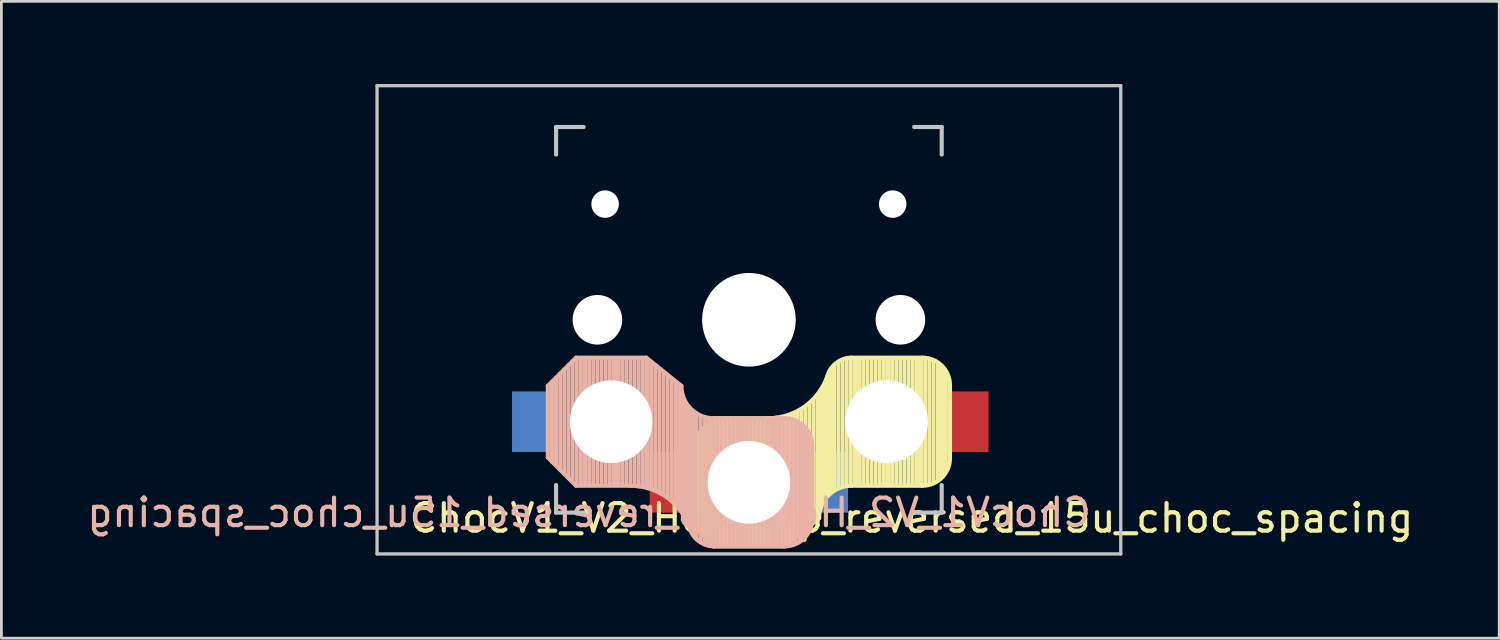
<source format=kicad_pcb>
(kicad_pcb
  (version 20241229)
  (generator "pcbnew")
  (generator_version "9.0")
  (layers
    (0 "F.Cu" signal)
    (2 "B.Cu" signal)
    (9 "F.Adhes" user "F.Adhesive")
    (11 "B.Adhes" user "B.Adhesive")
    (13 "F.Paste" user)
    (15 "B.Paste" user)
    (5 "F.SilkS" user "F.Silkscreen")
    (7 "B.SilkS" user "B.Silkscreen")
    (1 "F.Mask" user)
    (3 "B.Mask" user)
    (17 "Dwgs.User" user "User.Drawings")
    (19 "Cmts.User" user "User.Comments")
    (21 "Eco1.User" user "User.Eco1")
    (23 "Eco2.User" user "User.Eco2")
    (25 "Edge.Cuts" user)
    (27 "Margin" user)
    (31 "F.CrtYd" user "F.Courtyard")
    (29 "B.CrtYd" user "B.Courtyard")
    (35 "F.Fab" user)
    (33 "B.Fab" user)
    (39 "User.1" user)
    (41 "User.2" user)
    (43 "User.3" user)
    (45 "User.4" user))
  (footprint "ChocV1_V2_Hotswap_reversed_15u_choc_spacing"
    (layer "F.Cu")
    (at 24.139 8.56)
    (property "Reference" "ChocV1_V2_Hotswap_reversed_15u_choc_spacing" (at -5.8 7 0) (unlocked yes) (layer "B.SilkS") (effects (font (size 1 1) (thickness 0.15)) (justify mirror)))
    (attr through_hole)
    (fp_line (start -2.3 4.6) (end -1.275 3.575) (stroke (width 0.15) (type solid)) (layer "F.SilkS"))
    (fp_line (start -2.3 7.2) (end -2.3 4.6) (stroke (width 0.15) (type solid)) (layer "F.SilkS"))
    (fp_line (start -2.3 7.2) (end -1.275 8.225) (stroke (width 0.15) (type solid)) (layer "F.SilkS"))
    (fp_line (start -2.15 4.45) (end -2.15 7.35) (stroke (width 0.15) (type solid)) (layer "F.SilkS"))
    (fp_line (start -2 4.35) (end -2 7.5) (stroke (width 0.15) (type solid)) (layer "F.SilkS"))
    (fp_line (start -1.85 4.15) (end -1.85 7.65) (stroke (width 0.15) (type solid)) (layer "F.SilkS"))
    (fp_line (start -1.7 4) (end -1.7 7.8) (stroke (width 0.15) (type solid)) (layer "F.SilkS"))
    (fp_line (start -1.55 3.85) (end -1.55 7.95) (stroke (width 0.15) (type solid)) (layer "F.SilkS"))
    (fp_line (start -1.4 3.75) (end -1.4 8.1) (stroke (width 0.15) (type solid)) (layer "F.SilkS"))
    (fp_line (start -1.25 3.6) (end -1.25 8.2) (stroke (width 0.15) (type solid)) (layer "F.SilkS"))
    (fp_line (start -1.1 3.6) (end -1.1 8.2) (stroke (width 0.15) (type solid)) (layer "F.SilkS"))
    (fp_line (start -0.95 3.6) (end -0.95 8.2) (stroke (width 0.15) (type solid)) (layer "F.SilkS"))
    (fp_line (start -0.8 3.6) (end -0.8 8.2) (stroke (width 0.15) (type solid)) (layer "F.SilkS"))
    (fp_line (start -0.65 3.6) (end -0.65 8.2) (stroke (width 0.15) (type solid)) (layer "F.SilkS"))
    (fp_line (start -0.5 3.6) (end -0.5 8.2) (stroke (width 0.15) (type solid)) (layer "F.SilkS"))
    (fp_line (start -0.35 3.6) (end -0.35 8.2) (stroke (width 0.15) (type solid)) (layer "F.SilkS"))
    (fp_line (start -0.2 3.6) (end -0.2 8.2) (stroke (width 0.15) (type solid)) (layer "F.SilkS"))
    (fp_line (start -0.05 3.6) (end -0.05 8.2) (stroke (width 0.15) (type solid)) (layer "F.SilkS"))
    (fp_line (start 0.1 3.6) (end 0.1 8.2) (stroke (width 0.15) (type solid)) (layer "F.SilkS"))
    (fp_line (start 0.25 3.6) (end 0.25 8.2) (stroke (width 0.15) (type solid)) (layer "F.SilkS"))
    (fp_line (start 0.4 3.6) (end 0.4 8.2) (stroke (width 0.15) (type solid)) (layer "F.SilkS"))
    (fp_line (start 0.55 3.6) (end 0.55 8.2) (stroke (width 0.15) (type solid)) (layer "F.SilkS"))
    (fp_line (start 0.7 3.575) (end -1.275 3.575) (stroke (width 0.15) (type solid)) (layer "F.SilkS"))
    (fp_line (start 0.7 3.6) (end 0.7 8.2) (stroke (width 0.15) (type solid)) (layer "F.SilkS"))
    (fp_line (start 0.85 3.6) (end 0.85 8.15) (stroke (width 0.15) (type solid)) (layer "F.SilkS"))
    (fp_line (start 1 3.55) (end 1 8.2) (stroke (width 0.15) (type solid)) (layer "F.SilkS"))
    (fp_line (start 1.15 3.55) (end 1.15 8.2) (stroke (width 0.15) (type solid)) (layer "F.SilkS"))
    (fp_line (start 1.275 8.225) (end -1.275 8.225) (stroke (width 0.15) (type solid)) (layer "F.SilkS"))
    (fp_line (start 1.275 8.225) (end 2.55 7.2) (stroke (width 0.15) (type solid)) (layer "F.SilkS"))
    (fp_line (start 1.3 3.55) (end 1.3 8.15) (stroke (width 0.15) (type solid)) (layer "F.SilkS"))
    (fp_line (start 1.45 3.5) (end 1.45 8.05) (stroke (width 0.15) (type solid)) (layer "F.SilkS"))
    (fp_line (start 1.6 3.4) (end 1.6 7.95) (stroke (width 0.15) (type solid)) (layer "F.SilkS"))
    (fp_line (start 1.75 3.35) (end 1.75 7.8) (stroke (width 0.15) (type solid)) (layer "F.SilkS"))
    (fp_line (start 1.9 3.25) (end 1.9 7.7) (stroke (width 0.15) (type solid)) (layer "F.SilkS"))
    (fp_line (start 2.05 3.15) (end 2.05 7.55) (stroke (width 0.15) (type solid)) (layer "F.SilkS"))
    (fp_line (start 2.2 3.05) (end 2.2 7.45) (stroke (width 0.15) (type solid)) (layer "F.SilkS"))
    (fp_line (start 2.35 2.9) (end 2.35 7.35) (stroke (width 0.15) (type solid)) (layer "F.SilkS"))
    (fp_line (start 2.5 2.75) (end 2.5 7.2) (stroke (width 0.15) (type solid)) (layer "F.SilkS"))
    (fp_line (start 2.6 2.55) (end 2.6 6.7) (stroke (width 0.15) (type solid)) (layer "F.SilkS"))
    (fp_line (start 2.7 2.4) (end 2.7 6.55) (stroke (width 0.15) (type solid)) (layer "F.SilkS"))
    (fp_line (start 2.8 2.2) (end 2.8 6.35) (stroke (width 0.15) (type solid)) (layer "F.SilkS"))
    (fp_line (start 2.9 2.05) (end 2.9 6.25) (stroke (width 0.15) (type solid)) (layer "F.SilkS"))
    (fp_line (start 3 1.8) (end 3 6.2) (stroke (width 0.15) (type solid)) (layer "F.SilkS"))
    (fp_line (start 3.1 1.65) (end 3.1 6.15) (stroke (width 0.15) (type solid)) (layer "F.SilkS"))
    (fp_line (start 3.25 1.55) (end 3.25 6.1) (stroke (width 0.15) (type solid)) (layer "F.SilkS"))
    (fp_line (start 3.4 1.45) (end 3.4 6) (stroke (width 0.15) (type solid)) (layer "F.SilkS"))
    (fp_line (start 3.55 1.4) (end 3.55 6) (stroke (width 0.15) (type solid)) (layer "F.SilkS"))
    (fp_line (start 3.7 1.4) (end 3.7 6) (stroke (width 0.15) (type solid)) (layer "F.SilkS"))
    (fp_line (start 3.85 1.4) (end 3.85 5.95) (stroke (width 0.15) (type solid)) (layer "F.SilkS"))
    (fp_line (start 4 1.4) (end 4 6) (stroke (width 0.15) (type solid)) (layer "F.SilkS"))
    (fp_line (start 4.15 1.4) (end 4.15 6) (stroke (width 0.15) (type solid)) (layer "F.SilkS"))
    (fp_line (start 4.3 1.4) (end 4.3 6) (stroke (width 0.15) (type solid)) (layer "F.SilkS"))
    (fp_line (start 4.45 1.4) (end 4.45 6) (stroke (width 0.15) (type solid)) (layer "F.SilkS"))
    (fp_line (start 4.6 1.4) (end 4.6 6) (stroke (width 0.15) (type solid)) (layer "F.SilkS"))
    (fp_line (start 4.75 1.4) (end 4.75 6) (stroke (width 0.15) (type solid)) (layer "F.SilkS"))
    (fp_line (start 4.9 1.4) (end 4.9 6) (stroke (width 0.15) (type solid)) (layer "F.SilkS"))
    (fp_line (start 5.05 1.4) (end 5.05 6) (stroke (width 0.15) (type solid)) (layer "F.SilkS"))
    (fp_line (start 5.2 1.4) (end 5.2 6) (stroke (width 0.15) (type solid)) (layer "F.SilkS"))
    (fp_line (start 5.35 1.4) (end 5.35 6) (stroke (width 0.15) (type solid)) (layer "F.SilkS"))
    (fp_line (start 5.5 1.4) (end 5.5 6) (stroke (width 0.15) (type solid)) (layer "F.SilkS"))
    (fp_line (start 5.65 1.4) (end 5.65 6) (stroke (width 0.15) (type solid)) (layer "F.SilkS"))
    (fp_line (start 5.8 1.4) (end 5.8 6) (stroke (width 0.15) (type solid)) (layer "F.SilkS"))
    (fp_line (start 5.95 1.4) (end 5.95 6) (stroke (width 0.15) (type solid)) (layer "F.SilkS"))
    (fp_line (start 6.1 1.4) (end 6.1 6) (stroke (width 0.15) (type solid)) (layer "F.SilkS"))
    (fp_line (start 6.25 1.4) (end 6.25 6) (stroke (width 0.15) (type solid)) (layer "F.SilkS"))
    (fp_line (start 6.3 1.375) (end 3.7 1.375) (stroke (width 0.15) (type solid)) (layer "F.SilkS"))
    (fp_line (start 6.3 6.025) (end 3.725 6.025) (stroke (width 0.15) (type solid)) (layer "F.SilkS"))
    (fp_line (start 6.4 1.4) (end 6.4 5.95) (stroke (width 0.15) (type solid)) (layer "F.SilkS"))
    (fp_line (start 6.55 1.45) (end 6.55 5.95) (stroke (width 0.15) (type solid)) (layer "F.SilkS"))
    (fp_line (start 6.7 1.5) (end 6.7 5.9) (stroke (width 0.15) (type solid)) (layer "F.SilkS"))
    (fp_line (start 6.85 1.6) (end 6.85 5.8) (stroke (width 0.15) (type solid)) (layer "F.SilkS"))
    (fp_line (start 6.95 1.7) (end 6.95 5.65) (stroke (width 0.15) (type solid)) (layer "F.SilkS"))
    (fp_line (start 7.05 1.8) (end 7.05 5.55) (stroke (width 0.15) (type solid)) (layer "F.SilkS"))
    (fp_line (start 7.15 1.95) (end 7.15 5.5) (stroke (width 0.15) (type solid)) (layer "F.SilkS"))
    (fp_line (start 7.3 5.025) (end 7.3 2.375) (stroke (width 0.15) (type solid)) (layer "F.SilkS"))
    (fp_arc (start 2.55 7.2) (mid 2.89415 6.36915) (end 3.725 6.025) (stroke (width 0.15) (type solid)) (layer "F.SilkS"))
    (fp_arc (start 2.837801 2.078096) (mid 2.004887 3.163571) (end 0.7 3.575) (stroke (width 0.15) (type solid)) (layer "F.SilkS"))
    (fp_arc (start 2.837801 2.078096) (mid 3.151716 1.583979) (end 3.699005 1.376209) (stroke (width 0.15) (type solid)) (layer "F.SilkS"))
    (fp_arc (start 6.3 1.375) (mid 7.007107 1.667893) (end 7.3 2.375) (stroke (width 0.15) (type solid)) (layer "F.SilkS"))
    (fp_arc (start 7.3 5.025) (mid 7.007107 5.732107) (end 6.3 6.025) (stroke (width 0.15) (type solid)) (layer "F.SilkS"))
    (fp_line (start -7.3 2.4) (end -7.3 5) (stroke (width 0.15) (type solid)) (layer "B.SilkS"))
    (fp_line (start -7.3 2.4) (end -6.275 1.375) (stroke (width 0.15) (type solid)) (layer "B.SilkS"))
    (fp_line (start -7.3 5) (end -6.275 6.025) (stroke (width 0.15) (type solid)) (layer "B.SilkS"))
    (fp_line (start -7.15 5.15) (end -7.15 2.25) (stroke (width 0.15) (type solid)) (layer "B.SilkS"))
    (fp_line (start -7 5.25) (end -7 2.1) (stroke (width 0.15) (type solid)) (layer "B.SilkS"))
    (fp_line (start -6.85 5.45) (end -6.85 1.95) (stroke (width 0.15) (type solid)) (layer "B.SilkS"))
    (fp_line (start -6.7 5.6) (end -6.7 1.8) (stroke (width 0.15) (type solid)) (layer "B.SilkS"))
    (fp_line (start -6.55 5.75) (end -6.55 1.65) (stroke (width 0.15) (type solid)) (layer "B.SilkS"))
    (fp_line (start -6.4 5.85) (end -6.4 1.5) (stroke (width 0.15) (type solid)) (layer "B.SilkS"))
    (fp_line (start -6.25 6) (end -6.25 1.4) (stroke (width 0.15) (type solid)) (layer "B.SilkS"))
    (fp_line (start -6.1 6) (end -6.1 1.4) (stroke (width 0.15) (type solid)) (layer "B.SilkS"))
    (fp_line (start -5.95 6) (end -5.95 1.4) (stroke (width 0.15) (type solid)) (layer "B.SilkS"))
    (fp_line (start -5.8 6) (end -5.8 1.4) (stroke (width 0.15) (type solid)) (layer "B.SilkS"))
    (fp_line (start -5.65 6) (end -5.65 1.4) (stroke (width 0.15) (type solid)) (layer "B.SilkS"))
    (fp_line (start -5.5 6) (end -5.5 1.4) (stroke (width 0.15) (type solid)) (layer "B.SilkS"))
    (fp_line (start -5.35 6) (end -5.35 1.4) (stroke (width 0.15) (type solid)) (layer "B.SilkS"))
    (fp_line (start -5.2 6) (end -5.2 1.4) (stroke (width 0.15) (type solid)) (layer "B.SilkS"))
    (fp_line (start -5.05 6) (end -5.05 1.4) (stroke (width 0.15) (type solid)) (layer "B.SilkS"))
    (fp_line (start -4.9 6) (end -4.9 1.4) (stroke (width 0.15) (type solid)) (layer "B.SilkS"))
    (fp_line (start -4.75 6) (end -4.75 1.4) (stroke (width 0.15) (type solid)) (layer "B.SilkS"))
    (fp_line (start -4.6 6) (end -4.6 1.4) (stroke (width 0.15) (type solid)) (layer "B.SilkS"))
    (fp_line (start -4.45 6) (end -4.45 1.4) (stroke (width 0.15) (type solid)) (layer "B.SilkS"))
    (fp_line (start -4.3 6) (end -4.3 1.4) (stroke (width 0.15) (type solid)) (layer "B.SilkS"))
    (fp_line (start -4.3 6.025) (end -6.275 6.025) (stroke (width 0.15) (type solid)) (layer "B.SilkS"))
    (fp_line (start -4.15 6) (end -4.15 1.45) (stroke (width 0.15) (type solid)) (layer "B.SilkS"))
    (fp_line (start -4 6.05) (end -4 1.4) (stroke (width 0.15) (type solid)) (layer "B.SilkS"))
    (fp_line (start -3.85 6.05) (end -3.85 1.4) (stroke (width 0.15) (type solid)) (layer "B.SilkS"))
    (fp_line (start -3.725 1.375) (end -6.275 1.375) (stroke (width 0.15) (type solid)) (layer "B.SilkS"))
    (fp_line (start -3.725 1.375) (end -2.45 2.4) (stroke (width 0.15) (type solid)) (layer "B.SilkS"))
    (fp_line (start -3.7 6.05) (end -3.7 1.45) (stroke (width 0.15) (type solid)) (layer "B.SilkS"))
    (fp_line (start -3.55 6.1) (end -3.55 1.55) (stroke (width 0.15) (type solid)) (layer "B.SilkS"))
    (fp_line (start -3.4 6.2) (end -3.4 1.65) (stroke (width 0.15) (type solid)) (layer "B.SilkS"))
    (fp_line (start -3.25 6.25) (end -3.25 1.8) (stroke (width 0.15) (type solid)) (layer "B.SilkS"))
    (fp_line (start -3.1 6.35) (end -3.1 1.9) (stroke (width 0.15) (type solid)) (layer "B.SilkS"))
    (fp_line (start -2.95 6.45) (end -2.95 2.05) (stroke (width 0.15) (type solid)) (layer "B.SilkS"))
    (fp_line (start -2.8 6.55) (end -2.8 2.15) (stroke (width 0.15) (type solid)) (layer "B.SilkS"))
    (fp_line (start -2.65 6.7) (end -2.65 2.25) (stroke (width 0.15) (type solid)) (layer "B.SilkS"))
    (fp_line (start -2.5 6.85) (end -2.5 2.4) (stroke (width 0.15) (type solid)) (layer "B.SilkS"))
    (fp_line (start -2.4 7.05) (end -2.4 2.9) (stroke (width 0.15) (type solid)) (layer "B.SilkS"))
    (fp_line (start -2.3 7.2) (end -2.3 3.05) (stroke (width 0.15) (type solid)) (layer "B.SilkS"))
    (fp_line (start -2.2 7.4) (end -2.2 3.25) (stroke (width 0.15) (type solid)) (layer "B.SilkS"))
    (fp_line (start -2.1 7.55) (end -2.1 3.35) (stroke (width 0.15) (type solid)) (layer "B.SilkS"))
    (fp_line (start -2 7.8) (end -2 3.4) (stroke (width 0.15) (type solid)) (layer "B.SilkS"))
    (fp_line (start -1.9 7.95) (end -1.9 3.45) (stroke (width 0.15) (type solid)) (layer "B.SilkS"))
    (fp_line (start -1.75 8.05) (end -1.75 3.5) (stroke (width 0.15) (type solid)) (layer "B.SilkS"))
    (fp_line (start -1.6 8.15) (end -1.6 3.6) (stroke (width 0.15) (type solid)) (layer "B.SilkS"))
    (fp_line (start -1.45 8.2) (end -1.45 3.6) (stroke (width 0.15) (type solid)) (layer "B.SilkS"))
    (fp_line (start -1.3 8.2) (end -1.3 3.6) (stroke (width 0.15) (type solid)) (layer "B.SilkS"))
    (fp_line (start -1.15 8.2) (end -1.15 3.65) (stroke (width 0.15) (type solid)) (layer "B.SilkS"))
    (fp_line (start -1 8.2) (end -1 3.6) (stroke (width 0.15) (type solid)) (layer "B.SilkS"))
    (fp_line (start -0.85 8.2) (end -0.85 3.6) (stroke (width 0.15) (type solid)) (layer "B.SilkS"))
    (fp_line (start -0.7 8.2) (end -0.7 3.6) (stroke (width 0.15) (type solid)) (layer "B.SilkS"))
    (fp_line (start -0.55 8.2) (end -0.55 3.6) (stroke (width 0.15) (type solid)) (layer "B.SilkS"))
    (fp_line (start -0.4 8.2) (end -0.4 3.6) (stroke (width 0.15) (type solid)) (layer "B.SilkS"))
    (fp_line (start -0.25 8.2) (end -0.25 3.6) (stroke (width 0.15) (type solid)) (layer "B.SilkS"))
    (fp_line (start -0.1 8.2) (end -0.1 3.6) (stroke (width 0.15) (type solid)) (layer "B.SilkS"))
    (fp_line (start 0.05 8.2) (end 0.05 3.6) (stroke (width 0.15) (type solid)) (layer "B.SilkS"))
    (fp_line (start 0.2 8.2) (end 0.2 3.6) (stroke (width 0.15) (type solid)) (layer "B.SilkS"))
    (fp_line (start 0.35 8.2) (end 0.35 3.6) (stroke (width 0.15) (type solid)) (layer "B.SilkS"))
    (fp_line (start 0.5 8.2) (end 0.5 3.6) (stroke (width 0.15) (type solid)) (layer "B.SilkS"))
    (fp_line (start 0.65 8.2) (end 0.65 3.6) (stroke (width 0.15) (type solid)) (layer "B.SilkS"))
    (fp_line (start 0.8 8.2) (end 0.8 3.6) (stroke (width 0.15) (type solid)) (layer "B.SilkS"))
    (fp_line (start 0.95 8.2) (end 0.95 3.6) (stroke (width 0.15) (type solid)) (layer "B.SilkS"))
    (fp_line (start 1.1 8.2) (end 1.1 3.6) (stroke (width 0.15) (type solid)) (layer "B.SilkS"))
    (fp_line (start 1.25 8.2) (end 1.25 3.6) (stroke (width 0.15) (type solid)) (layer "B.SilkS"))
    (fp_line (start 1.3 3.575) (end -1.275 3.575) (stroke (width 0.15) (type solid)) (layer "B.SilkS"))
    (fp_line (start 1.3 8.225) (end -1.3 8.225) (stroke (width 0.15) (type solid)) (layer "B.SilkS"))
    (fp_line (start 1.4 8.2) (end 1.4 3.65) (stroke (width 0.15) (type solid)) (layer "B.SilkS"))
    (fp_line (start 1.55 8.15) (end 1.55 3.65) (stroke (width 0.15) (type solid)) (layer "B.SilkS"))
    (fp_line (start 1.7 8.1) (end 1.7 3.7) (stroke (width 0.15) (type solid)) (layer "B.SilkS"))
    (fp_line (start 1.85 8) (end 1.85 3.8) (stroke (width 0.15) (type solid)) (layer "B.SilkS"))
    (fp_line (start 1.95 7.9) (end 1.95 3.95) (stroke (width 0.15) (type solid)) (layer "B.SilkS"))
    (fp_line (start 2.05 7.8) (end 2.05 4.05) (stroke (width 0.15) (type solid)) (layer "B.SilkS"))
    (fp_line (start 2.15 7.65) (end 2.15 4.1) (stroke (width 0.15) (type solid)) (layer "B.SilkS"))
    (fp_line (start 2.3 4.575) (end 2.3 7.225) (stroke (width 0.15) (type solid)) (layer "B.SilkS"))
    (fp_arc (start -4.3 6.025) (mid -2.995114 6.436429) (end -2.162199 7.521904) (stroke (width 0.15) (type solid)) (layer "B.SilkS"))
    (fp_arc (start -1.300995 8.223791) (mid -1.848286 8.016021) (end -2.162199 7.521904) (stroke (width 0.15) (type solid)) (layer "B.SilkS"))
    (fp_arc (start -1.275 3.575) (mid -2.10585 3.23085) (end -2.45 2.4) (stroke (width 0.15) (type solid)) (layer "B.SilkS"))
    (fp_arc (start 1.3 3.575) (mid 2.007107 3.867893) (end 2.3 4.575) (stroke (width 0.15) (type solid)) (layer "B.SilkS"))
    (fp_arc (start 2.3 7.225) (mid 2.007107 7.932107) (end 1.3 8.225) (stroke (width 0.15) (type solid)) (layer "B.SilkS"))
    (fp_line (start -13.5 -8.5) (end -13.5 8.5) (stroke (width 0.12) (type solid)) (layer "Dwgs.User"))
    (fp_line (start -13.5 -8.5) (end 13.5 -8.5) (stroke (width 0.12) (type solid)) (layer "Dwgs.User"))
    (fp_line (start -7 -7) (end -6 -7) (stroke (width 0.15) (type solid)) (layer "Dwgs.User"))
    (fp_line (start -7 -6) (end -7 -7) (stroke (width 0.15) (type solid)) (layer "Dwgs.User"))
    (fp_line (start -7 7) (end -7 6) (stroke (width 0.15) (type solid)) (layer "Dwgs.User"))
    (fp_line (start -6 7) (end -7 7) (stroke (width 0.15) (type solid)) (layer "Dwgs.User"))
    (fp_line (start 6 7) (end 7 7) (stroke (width 0.15) (type solid)) (layer "Dwgs.User"))
    (fp_line (start 7 -7) (end 6 -7) (stroke (width 0.15) (type solid)) (layer "Dwgs.User"))
    (fp_line (start 7 -6) (end 7 -7) (stroke (width 0.15) (type solid)) (layer "Dwgs.User"))
    (fp_line (start 7 7) (end 7 6) (stroke (width 0.15) (type solid)) (layer "Dwgs.User"))
    (fp_line (start 13.5 -8.5) (end 13.5 8.5) (stroke (width 0.12) (type solid)) (layer "Dwgs.User"))
    (fp_line (start 13.5 8.5) (end -13.5 8.5) (stroke (width 0.12) (type solid)) (layer "Dwgs.User"))
    (fp_line (start -1.725 -7.775) (end 1.775 -7.775) (stroke (width 0.15) (type solid)) (layer "Eco2.User"))
    (fp_line (start -1.725 -3.275) (end -1.725 -7.775) (stroke (width 0.15) (type solid)) (layer "Eco2.User"))
    (fp_line (start 1.775 -3.275) (end -1.725 -3.275) (stroke (width 0.15) (type solid)) (layer "Eco2.User"))
    (fp_line (start 1.775 -3.275) (end 1.775 -7.775) (stroke (width 0.15) (type solid)) (layer "Eco2.User"))
    (fp_text user "${REFERENCE}" (at 5.9 7.2 0) (unlocked yes) (layer "F.SilkS") (effects (font (size 1 1) (thickness 0.15))))
    (pad "" np_thru_hole circle (at -5.5 0 90) (size 1.8 1.8) (drill 1.8) (layers "*.Cu" "*.Mask"))
    (pad "" np_thru_hole circle (at -5.22 -4.2 180) (size 1 1) (drill 1) (layers "*.Cu" "*.Mask"))
    (pad "" np_thru_hole circle (at -5 3.7 90) (size 3 3) (drill 3) (layers "*.Cu" "*.Mask"))
    (pad "" np_thru_hole circle (at 0 0 90) (size 3.4 3.4) (drill 3.4) (layers "*.Cu" "*.Mask"))
    (pad "" np_thru_hole circle (at 0 5.9 90) (size 3 3) (drill 3) (layers "*.Cu" "*.Mask"))
    (pad "" np_thru_hole circle (at 5 3.7 270) (size 3 3) (drill 3) (layers "*.Cu" "*.Mask"))
    (pad "" np_thru_hole circle (at 5.22 -4.2 180) (size 1 1) (drill 1) (layers "*.Cu" "*.Mask"))
    (pad "" np_thru_hole circle (at 5.5 0 90) (size 1.8 1.8) (drill 1.8) (layers "*.Cu" "*.Mask"))
    (pad "1" smd rect (at -7.8 3.7 180) (size 1.6 2.2) (layers "B.Cu" "B.Mask" "B.Paste"))
    (pad "1" smd rect (at 7.9 3.7 180) (size 1.6 2.2) (layers "F.Cu" "F.Mask" "F.Paste"))
    (pad "2" smd rect (at -2.8 5.9 180) (size 1.6 2.2) (layers "F.Cu" "F.Mask" "F.Paste"))
    (pad "2" smd rect (at 2.8 5.9 180) (size 1.6 2.2) (layers "B.Cu" "B.Mask" "B.Paste")))
  (gr_rect
    (start -3 -3)
    (end 51.379 20.12)
    (stroke (width 0.1) (type default))
    (fill no)
    (layer "Edge.Cuts")))
</source>
